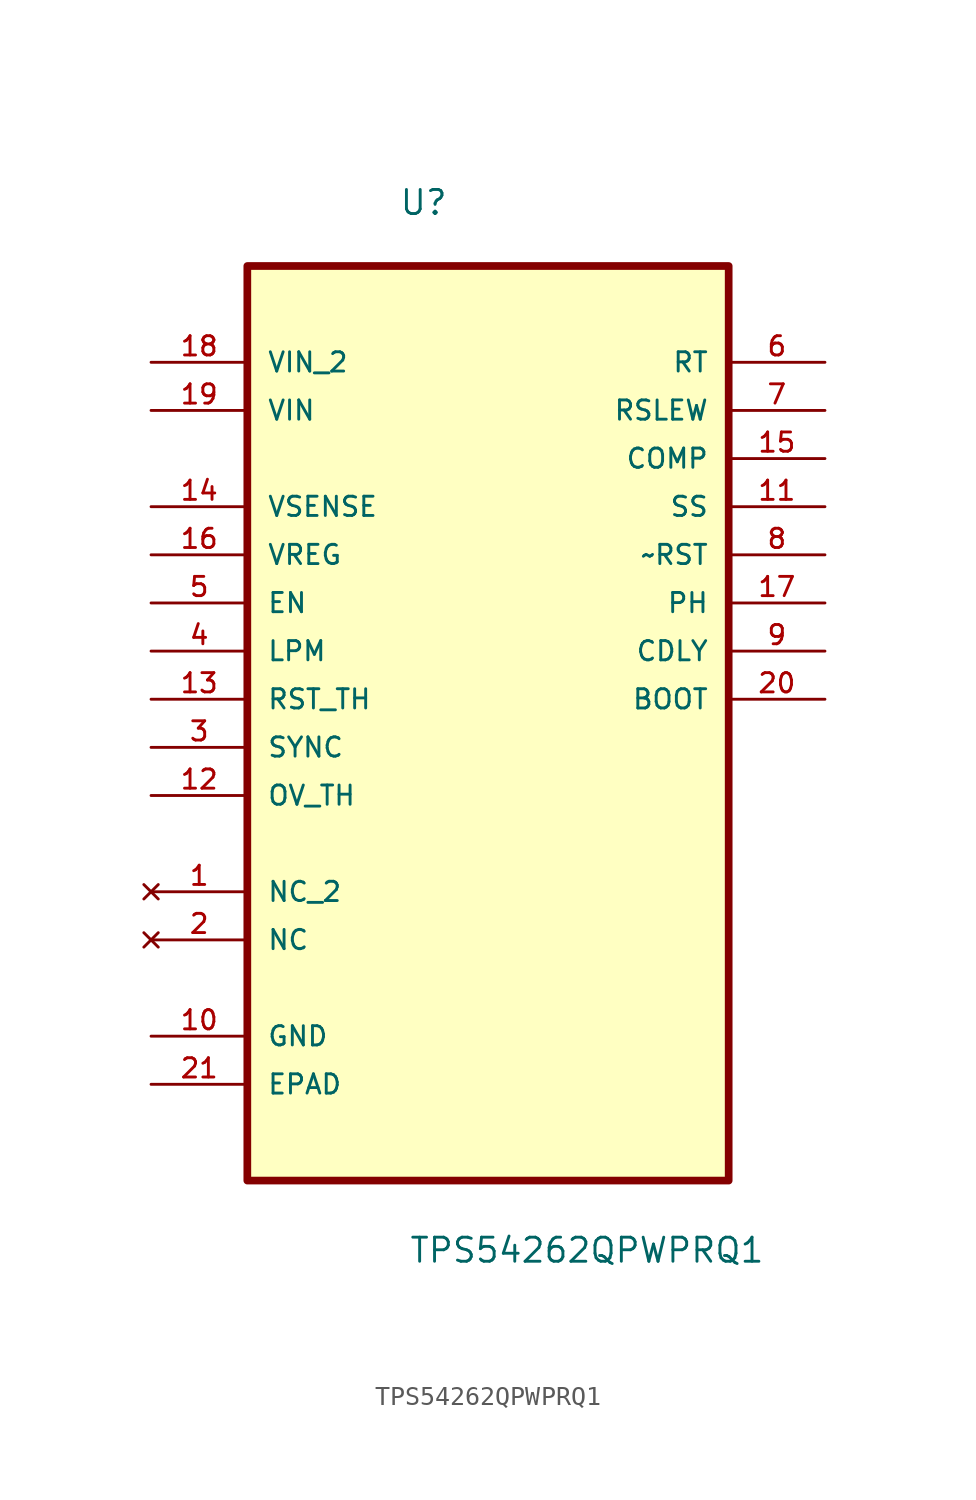
<source format=kicad_sym>
(kicad_symbol_lib
  (version 20211014)
  (generator kicad_symbol_editor)
  (symbol "TPS54262QPWPRQ1"
    (pin_names
      (offset 1.016))
    (property "Reference" "U"
      (at -4.707 22.926 0.0)
      (effects (font (size 1.27 1.27)) (justify bottom left)))
    (property "Value" "TPS54262QPWPRQ1"
      (at -4.191 -32.36 0.0)
      (effects (font (size 1.27 1.27)) (justify bottom left)))
    (symbol "TPS54262QPWPRQ1_0_0"
      (rectangle (start -12.7 -27.94) (end 12.7 20.32) (stroke (width 0.406)) (fill (type background)))
      (pin input line (at -17.78 15.24 0) (length 5.08) (name "VIN_2" (effects (font (size 1.016 1.016)))) (number "18" (effects (font (size 1.016 1.016)))))
      (pin input line (at -17.78 12.7 0) (length 5.08) (name "VIN" (effects (font (size 1.016 1.016)))) (number "19" (effects (font (size 1.016 1.016)))))
      (pin input line (at -17.78 7.62 0) (length 5.08) (name "VSENSE" (effects (font (size 1.016 1.016)))) (number "14" (effects (font (size 1.016 1.016)))))
      (pin input line (at -17.78 5.08 0) (length 5.08) (name "VREG" (effects (font (size 1.016 1.016)))) (number "16" (effects (font (size 1.016 1.016)))))
      (pin input line (at -17.78 2.54 0) (length 5.08) (name "EN" (effects (font (size 1.016 1.016)))) (number "5" (effects (font (size 1.016 1.016)))))
      (pin input line (at -17.78 0.0 0) (length 5.08) (name "LPM" (effects (font (size 1.016 1.016)))) (number "4" (effects (font (size 1.016 1.016)))))
      (pin input line (at -17.78 -2.54 0) (length 5.08) (name "RST_TH" (effects (font (size 1.016 1.016)))) (number "13" (effects (font (size 1.016 1.016)))))
      (pin input line (at -17.78 -5.08 0) (length 5.08) (name "SYNC" (effects (font (size 1.016 1.016)))) (number "3" (effects (font (size 1.016 1.016)))))
      (pin input line (at -17.78 -7.62 0) (length 5.08) (name "OV_TH" (effects (font (size 1.016 1.016)))) (number "12" (effects (font (size 1.016 1.016)))))
      (pin no_connect line (at -17.78 -12.7 0) (length 5.08) (name "NC_2" (effects (font (size 1.016 1.016)))) (number "1" (effects (font (size 1.016 1.016)))))
      (pin no_connect line (at -17.78 -15.24 0) (length 5.08) (name "NC" (effects (font (size 1.016 1.016)))) (number "2" (effects (font (size 1.016 1.016)))))
      (pin passive line (at -17.78 -20.32 0) (length 5.08) (name "GND" (effects (font (size 1.016 1.016)))) (number "10" (effects (font (size 1.016 1.016)))))
      (pin passive line (at -17.78 -22.86 0) (length 5.08) (name "EPAD" (effects (font (size 1.016 1.016)))) (number "21" (effects (font (size 1.016 1.016)))))
      (pin output line (at 17.78 15.24 180.0) (length 5.08) (name "RT" (effects (font (size 1.016 1.016)))) (number "6" (effects (font (size 1.016 1.016)))))
      (pin output line (at 17.78 12.7 180.0) (length 5.08) (name "RSLEW" (effects (font (size 1.016 1.016)))) (number "7" (effects (font (size 1.016 1.016)))))
      (pin output line (at 17.78 10.16 180.0) (length 5.08) (name "COMP" (effects (font (size 1.016 1.016)))) (number "15" (effects (font (size 1.016 1.016)))))
      (pin output line (at 17.78 7.62 180.0) (length 5.08) (name "SS" (effects (font (size 1.016 1.016)))) (number "11" (effects (font (size 1.016 1.016)))))
      (pin output line (at 17.78 5.08 180.0) (length 5.08) (name "~RST" (effects (font (size 1.016 1.016)))) (number "8" (effects (font (size 1.016 1.016)))))
      (pin output line (at 17.78 2.54 180.0) (length 5.08) (name "PH" (effects (font (size 1.016 1.016)))) (number "17" (effects (font (size 1.016 1.016)))))
      (pin output line (at 17.78 0.0 180.0) (length 5.08) (name "CDLY" (effects (font (size 1.016 1.016)))) (number "9" (effects (font (size 1.016 1.016)))))
      (pin output line (at 17.78 -2.54 180.0) (length 5.08) (name "BOOT" (effects (font (size 1.016 1.016)))) (number "20" (effects (font (size 1.016 1.016))))))))
</source>
